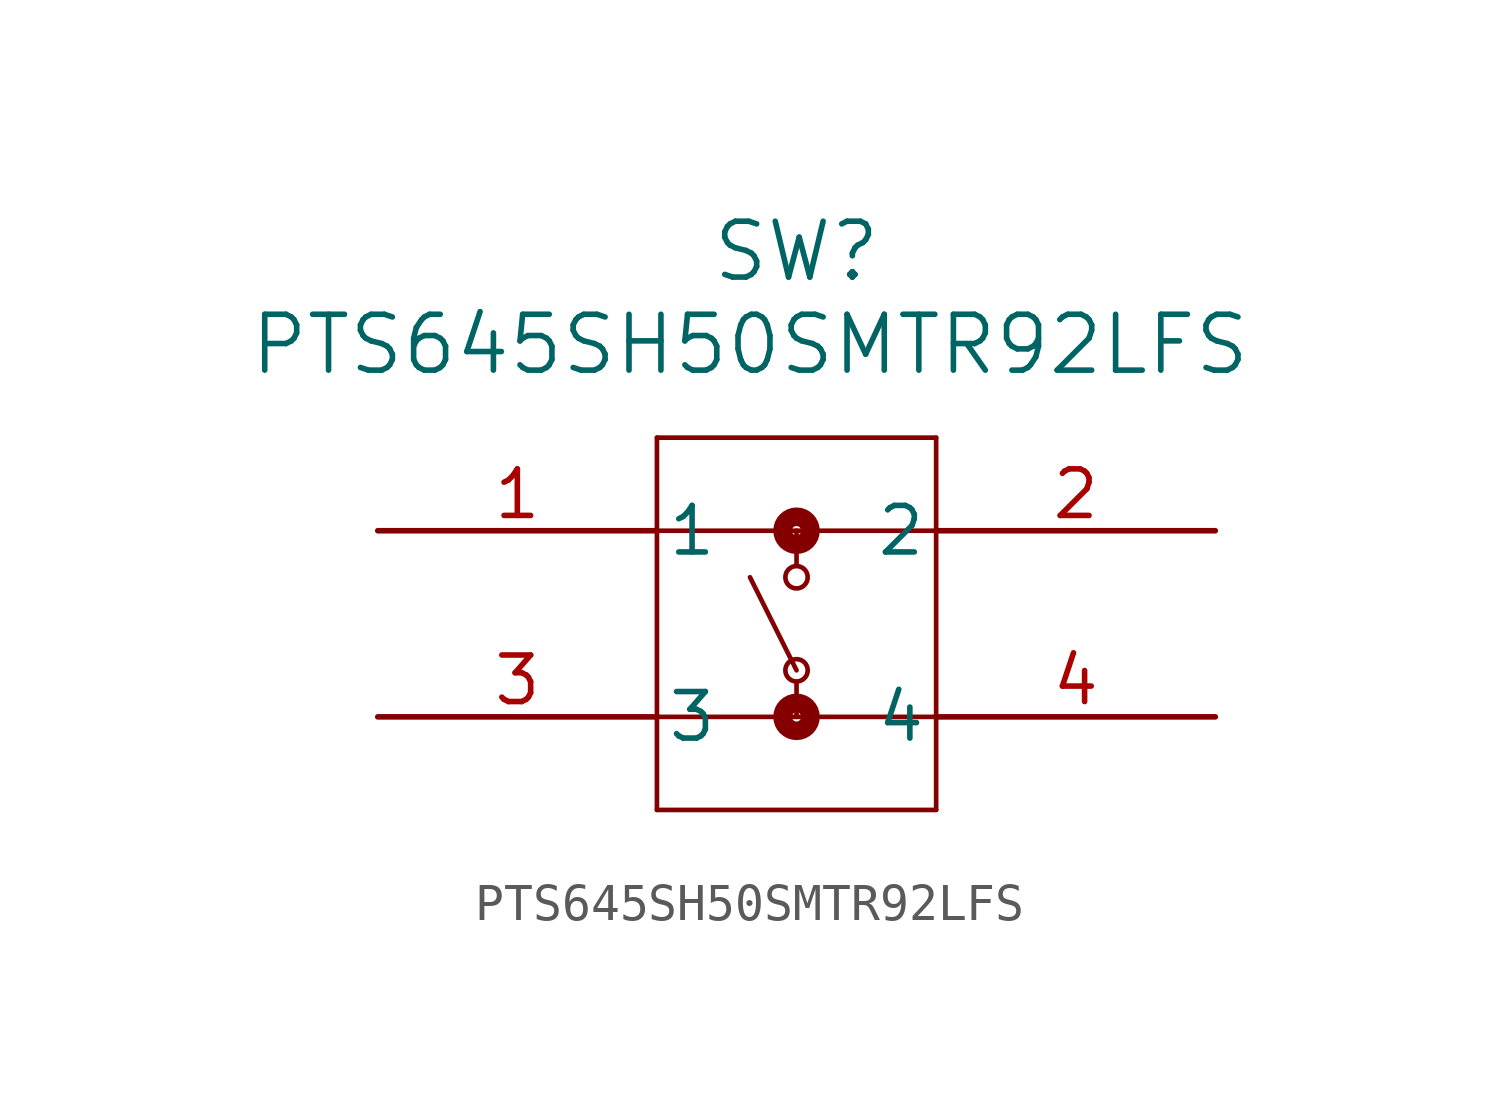
<source format=kicad_sym>
(kicad_symbol_lib
  (version 20211014)
  (generator kicad_symbol_editor)
  (symbol "PTS645SH50SMTR92LFS"
    (pin_names
      (offset 0.254))
    (property "Reference" "SW"
      (at 11.43 7.62 0)
      (effects (font (size 1.524 1.524))))
    (property "Value" "PTS645SH50SMTR92LFS"
      (at 10.16 5.08 0)
      (effects (font (size 1.524 1.524))))
    (symbol "PTS645SH50SMTR92LFS_0_1"
      (polyline (pts (xy 7.62 2.54) (xy 7.62 -7.62)) (stroke (width 0.127) (type default) (color 0 0 0 0)) (fill (type none)))
      (polyline (pts (xy 7.62 -7.62) (xy 15.24 -7.62)) (stroke (width 0.127) (type default) (color 0 0 0 0)) (fill (type none)))
      (polyline (pts (xy 15.24 -7.62) (xy 15.24 2.54)) (stroke (width 0.127) (type default) (color 0 0 0 0)) (fill (type none)))
      (polyline (pts (xy 15.24 2.54) (xy 7.62 2.54)) (stroke (width 0.127) (type default) (color 0 0 0 0)) (fill (type none)))
      (polyline (pts (xy 7.62 0) (xy 15.24 0)) (stroke (width 0.127) (type default) (color 0 0 0 0)) (fill (type none)))
      (polyline (pts (xy 11.43 0) (xy 11.43 -0.953)) (stroke (width 0.127) (type default) (color 0 0 0 0)) (fill (type none)))
      (polyline (pts (xy 7.62 -5.08) (xy 15.24 -5.08)) (stroke (width 0.127) (type default) (color 0 0 0 0)) (fill (type none)))
      (polyline (pts (xy 11.43 -4.128) (xy 11.43 -5.08)) (stroke (width 0.127) (type default) (color 0 0 0 0)) (fill (type none)))
      (polyline (pts (xy 11.43 -3.81) (xy 10.16 -1.27)) (stroke (width 0.127) (type default) (color 0 0 0 0)) (fill (type none)))
      (circle (center 11.43 -3.81) (radius 0.305) (stroke (width 0.127) (type default) (color 0 0 0 0)) (fill (type none)))
      (circle (center 11.43 -1.27) (radius 0.305) (stroke (width 0.127) (type default) (color 0 0 0 0)) (fill (type none)))
      (circle (center 11.43 0) (radius 0.127) (stroke (width 0.508) (type default) (color 0 0 0 0)) (fill (type none)))
      (circle (center 11.43 -5.08) (radius 0.127) (stroke (width 0.508) (type default) (color 0 0 0 0)) (fill (type none)))
      (pin unspecified line (at 0 0 0) (length 7.62) (name "1" (effects (font (size 1.27 1.27)))) (number "1" (effects (font (size 1.27 1.27)))))
      (pin unspecified line (at 22.86 0 180) (length 7.62) (name "2" (effects (font (size 1.27 1.27)))) (number "2" (effects (font (size 1.27 1.27)))))
      (pin unspecified line (at 0 -5.08 0) (length 7.62) (name "3" (effects (font (size 1.27 1.27)))) (number "3" (effects (font (size 1.27 1.27)))))
      (pin unspecified line (at 22.86 -5.08 180) (length 7.62) (name "4" (effects (font (size 1.27 1.27)))) (number "4" (effects (font (size 1.27 1.27))))))))
</source>
